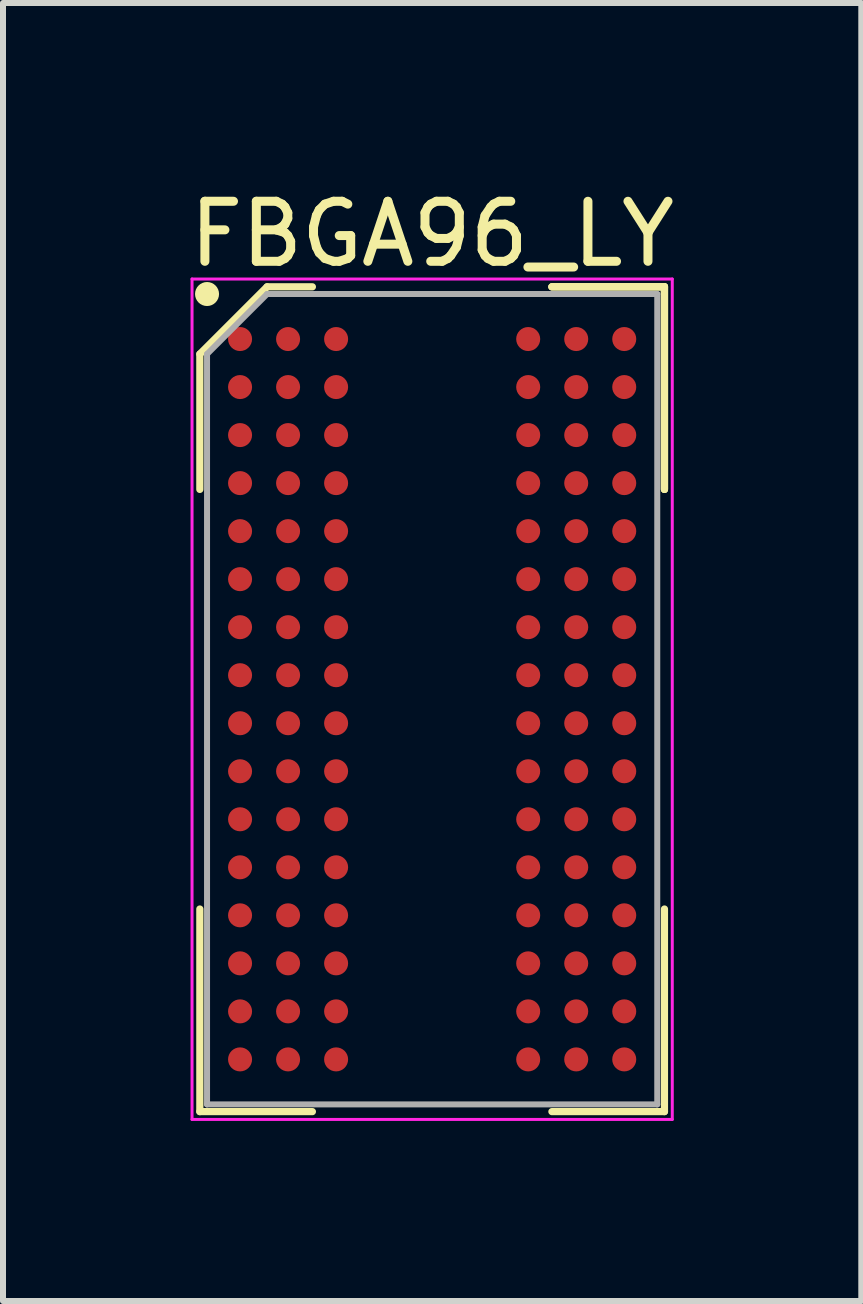
<source format=kicad_pcb>
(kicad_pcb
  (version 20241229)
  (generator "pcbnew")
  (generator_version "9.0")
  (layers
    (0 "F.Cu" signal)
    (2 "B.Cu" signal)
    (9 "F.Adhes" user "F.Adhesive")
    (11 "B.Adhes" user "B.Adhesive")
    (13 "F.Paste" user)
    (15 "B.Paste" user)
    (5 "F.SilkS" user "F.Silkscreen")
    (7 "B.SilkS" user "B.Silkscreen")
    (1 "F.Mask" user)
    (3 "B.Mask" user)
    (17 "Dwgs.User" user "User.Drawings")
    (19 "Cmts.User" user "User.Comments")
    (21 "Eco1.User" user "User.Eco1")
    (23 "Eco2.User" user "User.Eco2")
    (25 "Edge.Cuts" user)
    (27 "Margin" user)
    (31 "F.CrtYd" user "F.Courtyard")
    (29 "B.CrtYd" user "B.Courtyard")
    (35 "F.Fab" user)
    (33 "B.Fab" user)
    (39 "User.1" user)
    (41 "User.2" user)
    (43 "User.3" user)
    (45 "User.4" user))
  (footprint "FBGA96_LY"
    (layer "F.Cu")
    (at 4.149 8.598)
    (property "Reference" "FBGA96_LY" (at 0 -7.75 0) (layer "F.SilkS") (effects (font (size 1 1) (thickness 0.15))))
    (attr smd)
    (fp_line (start -3.87 -5.75) (end -3.87 -3.495) (stroke (width 0.12) (type solid)) (layer "F.SilkS"))
    (fp_line (start -3.87 6.87) (end -3.87 3.495) (stroke (width 0.12) (type solid)) (layer "F.SilkS"))
    (fp_line (start -2.75 -6.87) (end -3.87 -5.75) (stroke (width 0.12) (type solid)) (layer "F.SilkS"))
    (fp_line (start -1.995 -6.87) (end -2.75 -6.87) (stroke (width 0.12) (type solid)) (layer "F.SilkS"))
    (fp_line (start -1.995 6.87) (end -3.87 6.87) (stroke (width 0.12) (type solid)) (layer "F.SilkS"))
    (fp_line (start 1.995 -6.87) (end 3.87 -6.87) (stroke (width 0.12) (type solid)) (layer "F.SilkS"))
    (fp_line (start 1.995 -6.87) (end 3.87 -6.87) (stroke (width 0.12) (type solid)) (layer "F.SilkS"))
    (fp_line (start 1.995 -6.87) (end 3.87 -6.87) (stroke (width 0.12) (type solid)) (layer "F.SilkS"))
    (fp_line (start 1.995 6.87) (end 3.87 6.87) (stroke (width 0.12) (type solid)) (layer "F.SilkS"))
    (fp_line (start 3.87 -6.87) (end 3.87 -3.495) (stroke (width 0.12) (type solid)) (layer "F.SilkS"))
    (fp_line (start 3.87 -6.87) (end 3.87 -3.495) (stroke (width 0.12) (type solid)) (layer "F.SilkS"))
    (fp_line (start 3.87 -6.87) (end 3.87 -3.495) (stroke (width 0.12) (type solid)) (layer "F.SilkS"))
    (fp_line (start 3.87 6.87) (end 3.87 3.495) (stroke (width 0.12) (type solid)) (layer "F.SilkS"))
    (fp_circle (center -3.75 -6.75) (end -3.75 -6.65) (stroke (width 0.2) (type solid)) (fill no) (layer "F.SilkS"))
    (fp_line (start -4 -7) (end 4 -7) (stroke (width 0.05) (type solid)) (layer "F.CrtYd"))
    (fp_line (start -4 7) (end -4 -7) (stroke (width 0.05) (type solid)) (layer "F.CrtYd"))
    (fp_line (start 4 -7) (end 4 7) (stroke (width 0.05) (type solid)) (layer "F.CrtYd"))
    (fp_line (start 4 7) (end -4 7) (stroke (width 0.05) (type solid)) (layer "F.CrtYd"))
    (fp_line (start -3.75 -5.75) (end -3.75 6.75) (stroke (width 0.1) (type solid)) (layer "F.Fab"))
    (fp_line (start -3.75 6.75) (end 3.75 6.75) (stroke (width 0.1) (type solid)) (layer "F.Fab"))
    (fp_line (start -2.75 -6.75) (end -3.75 -5.75) (stroke (width 0.1) (type solid)) (layer "F.Fab"))
    (fp_line (start 3.75 -6.75) (end -2.75 -6.75) (stroke (width 0.1) (type solid)) (layer "F.Fab"))
    (fp_line (start 3.75 6.75) (end 3.75 -6.75) (stroke (width 0.1) (type solid)) (layer "F.Fab"))
    (pad "A1" smd circle (at -3.2 -6) (size 0.4 0.4) (layers "F.Cu" "F.Mask" "F.Paste"))
    (pad "A2" smd circle (at -2.4 -6) (size 0.4 0.4) (layers "F.Cu" "F.Mask" "F.Paste"))
    (pad "A3" smd circle (at -1.6 -6) (size 0.4 0.4) (layers "F.Cu" "F.Mask" "F.Paste"))
    (pad "A7" smd circle (at 1.6 -6) (size 0.4 0.4) (layers "F.Cu" "F.Mask" "F.Paste"))
    (pad "A8" smd circle (at 2.4 -6) (size 0.4 0.4) (layers "F.Cu" "F.Mask" "F.Paste"))
    (pad "A9" smd circle (at 3.2 -6) (size 0.4 0.4) (layers "F.Cu" "F.Mask" "F.Paste"))
    (pad "B1" smd circle (at -3.2 -5.2) (size 0.4 0.4) (layers "F.Cu" "F.Mask" "F.Paste"))
    (pad "B2" smd circle (at -2.4 -5.2) (size 0.4 0.4) (layers "F.Cu" "F.Mask" "F.Paste"))
    (pad "B3" smd circle (at -1.6 -5.2) (size 0.4 0.4) (layers "F.Cu" "F.Mask" "F.Paste"))
    (pad "B7" smd circle (at 1.6 -5.2) (size 0.4 0.4) (layers "F.Cu" "F.Mask" "F.Paste"))
    (pad "B8" smd circle (at 2.4 -5.2) (size 0.4 0.4) (layers "F.Cu" "F.Mask" "F.Paste"))
    (pad "B9" smd circle (at 3.2 -5.2) (size 0.4 0.4) (layers "F.Cu" "F.Mask" "F.Paste"))
    (pad "C1" smd circle (at -3.2 -4.4) (size 0.4 0.4) (layers "F.Cu" "F.Mask" "F.Paste"))
    (pad "C2" smd circle (at -2.4 -4.4) (size 0.4 0.4) (layers "F.Cu" "F.Mask" "F.Paste"))
    (pad "C3" smd circle (at -1.6 -4.4) (size 0.4 0.4) (layers "F.Cu" "F.Mask" "F.Paste"))
    (pad "C7" smd circle (at 1.6 -4.4) (size 0.4 0.4) (layers "F.Cu" "F.Mask" "F.Paste"))
    (pad "C8" smd circle (at 2.4 -4.4) (size 0.4 0.4) (layers "F.Cu" "F.Mask" "F.Paste"))
    (pad "C9" smd circle (at 3.2 -4.4) (size 0.4 0.4) (layers "F.Cu" "F.Mask" "F.Paste"))
    (pad "D1" smd circle (at -3.2 -3.6) (size 0.4 0.4) (layers "F.Cu" "F.Mask" "F.Paste"))
    (pad "D2" smd circle (at -2.4 -3.6) (size 0.4 0.4) (layers "F.Cu" "F.Mask" "F.Paste"))
    (pad "D3" smd circle (at -1.6 -3.6) (size 0.4 0.4) (layers "F.Cu" "F.Mask" "F.Paste"))
    (pad "D7" smd circle (at 1.6 -3.6) (size 0.4 0.4) (layers "F.Cu" "F.Mask" "F.Paste"))
    (pad "D8" smd circle (at 2.4 -3.6) (size 0.4 0.4) (layers "F.Cu" "F.Mask" "F.Paste"))
    (pad "D9" smd circle (at 3.2 -3.6) (size 0.4 0.4) (layers "F.Cu" "F.Mask" "F.Paste"))
    (pad "E1" smd circle (at -3.2 -2.8) (size 0.4 0.4) (layers "F.Cu" "F.Mask" "F.Paste"))
    (pad "E2" smd circle (at -2.4 -2.8) (size 0.4 0.4) (layers "F.Cu" "F.Mask" "F.Paste"))
    (pad "E3" smd circle (at -1.6 -2.8) (size 0.4 0.4) (layers "F.Cu" "F.Mask" "F.Paste"))
    (pad "E7" smd circle (at 1.6 -2.8) (size 0.4 0.4) (layers "F.Cu" "F.Mask" "F.Paste"))
    (pad "E8" smd circle (at 2.4 -2.8) (size 0.4 0.4) (layers "F.Cu" "F.Mask" "F.Paste"))
    (pad "E9" smd circle (at 3.2 -2.8) (size 0.4 0.4) (layers "F.Cu" "F.Mask" "F.Paste"))
    (pad "F1" smd circle (at -3.2 -2) (size 0.4 0.4) (layers "F.Cu" "F.Mask" "F.Paste"))
    (pad "F2" smd circle (at -2.4 -2) (size 0.4 0.4) (layers "F.Cu" "F.Mask" "F.Paste"))
    (pad "F3" smd circle (at -1.6 -2) (size 0.4 0.4) (layers "F.Cu" "F.Mask" "F.Paste"))
    (pad "F7" smd circle (at 1.6 -2) (size 0.4 0.4) (layers "F.Cu" "F.Mask" "F.Paste"))
    (pad "F8" smd circle (at 2.4 -2) (size 0.4 0.4) (layers "F.Cu" "F.Mask" "F.Paste"))
    (pad "F9" smd circle (at 3.2 -2) (size 0.4 0.4) (layers "F.Cu" "F.Mask" "F.Paste"))
    (pad "G1" smd circle (at -3.2 -1.2) (size 0.4 0.4) (layers "F.Cu" "F.Mask" "F.Paste"))
    (pad "G2" smd circle (at -2.4 -1.2) (size 0.4 0.4) (layers "F.Cu" "F.Mask" "F.Paste"))
    (pad "G3" smd circle (at -1.6 -1.2) (size 0.4 0.4) (layers "F.Cu" "F.Mask" "F.Paste"))
    (pad "G7" smd circle (at 1.6 -1.2) (size 0.4 0.4) (layers "F.Cu" "F.Mask" "F.Paste"))
    (pad "G8" smd circle (at 2.4 -1.2) (size 0.4 0.4) (layers "F.Cu" "F.Mask" "F.Paste"))
    (pad "G9" smd circle (at 3.2 -1.2) (size 0.4 0.4) (layers "F.Cu" "F.Mask" "F.Paste"))
    (pad "H1" smd circle (at -3.2 -0.4) (size 0.4 0.4) (layers "F.Cu" "F.Mask" "F.Paste"))
    (pad "H2" smd circle (at -2.4 -0.4) (size 0.4 0.4) (layers "F.Cu" "F.Mask" "F.Paste"))
    (pad "H3" smd circle (at -1.6 -0.4) (size 0.4 0.4) (layers "F.Cu" "F.Mask" "F.Paste"))
    (pad "H7" smd circle (at 1.6 -0.4) (size 0.4 0.4) (layers "F.Cu" "F.Mask" "F.Paste"))
    (pad "H8" smd circle (at 2.4 -0.4) (size 0.4 0.4) (layers "F.Cu" "F.Mask" "F.Paste"))
    (pad "H9" smd circle (at 3.2 -0.4) (size 0.4 0.4) (layers "F.Cu" "F.Mask" "F.Paste"))
    (pad "J1" smd circle (at -3.2 0.4) (size 0.4 0.4) (layers "F.Cu" "F.Mask" "F.Paste"))
    (pad "J2" smd circle (at -2.4 0.4) (size 0.4 0.4) (layers "F.Cu" "F.Mask" "F.Paste"))
    (pad "J3" smd circle (at -1.6 0.4) (size 0.4 0.4) (layers "F.Cu" "F.Mask" "F.Paste"))
    (pad "J7" smd circle (at 1.6 0.4) (size 0.4 0.4) (layers "F.Cu" "F.Mask" "F.Paste"))
    (pad "J8" smd circle (at 2.4 0.4) (size 0.4 0.4) (layers "F.Cu" "F.Mask" "F.Paste"))
    (pad "J9" smd circle (at 3.2 0.4) (size 0.4 0.4) (layers "F.Cu" "F.Mask" "F.Paste"))
    (pad "K1" smd circle (at -3.2 1.2) (size 0.4 0.4) (layers "F.Cu" "F.Mask" "F.Paste"))
    (pad "K2" smd circle (at -2.4 1.2) (size 0.4 0.4) (layers "F.Cu" "F.Mask" "F.Paste"))
    (pad "K3" smd circle (at -1.6 1.2) (size 0.4 0.4) (layers "F.Cu" "F.Mask" "F.Paste"))
    (pad "K7" smd circle (at 1.6 1.2) (size 0.4 0.4) (layers "F.Cu" "F.Mask" "F.Paste"))
    (pad "K8" smd circle (at 2.4 1.2) (size 0.4 0.4) (layers "F.Cu" "F.Mask" "F.Paste"))
    (pad "K9" smd circle (at 3.2 1.2) (size 0.4 0.4) (layers "F.Cu" "F.Mask" "F.Paste"))
    (pad "L1" smd circle (at -3.2 2) (size 0.4 0.4) (layers "F.Cu" "F.Mask" "F.Paste"))
    (pad "L2" smd circle (at -2.4 2) (size 0.4 0.4) (layers "F.Cu" "F.Mask" "F.Paste"))
    (pad "L3" smd circle (at -1.6 2) (size 0.4 0.4) (layers "F.Cu" "F.Mask" "F.Paste"))
    (pad "L7" smd circle (at 1.6 2) (size 0.4 0.4) (layers "F.Cu" "F.Mask" "F.Paste"))
    (pad "L8" smd circle (at 2.4 2) (size 0.4 0.4) (layers "F.Cu" "F.Mask" "F.Paste"))
    (pad "L9" smd circle (at 3.2 2) (size 0.4 0.4) (layers "F.Cu" "F.Mask" "F.Paste"))
    (pad "M1" smd circle (at -3.2 2.8) (size 0.4 0.4) (layers "F.Cu" "F.Mask" "F.Paste"))
    (pad "M2" smd circle (at -2.4 2.8) (size 0.4 0.4) (layers "F.Cu" "F.Mask" "F.Paste"))
    (pad "M3" smd circle (at -1.6 2.8) (size 0.4 0.4) (layers "F.Cu" "F.Mask" "F.Paste"))
    (pad "M7" smd circle (at 1.6 2.8) (size 0.4 0.4) (layers "F.Cu" "F.Mask" "F.Paste"))
    (pad "M8" smd circle (at 2.4 2.8) (size 0.4 0.4) (layers "F.Cu" "F.Mask" "F.Paste"))
    (pad "M9" smd circle (at 3.2 2.8) (size 0.4 0.4) (layers "F.Cu" "F.Mask" "F.Paste"))
    (pad "N1" smd circle (at -3.2 3.6) (size 0.4 0.4) (layers "F.Cu" "F.Mask" "F.Paste"))
    (pad "N2" smd circle (at -2.4 3.6) (size 0.4 0.4) (layers "F.Cu" "F.Mask" "F.Paste"))
    (pad "N3" smd circle (at -1.6 3.6) (size 0.4 0.4) (layers "F.Cu" "F.Mask" "F.Paste"))
    (pad "N7" smd circle (at 1.6 3.6) (size 0.4 0.4) (layers "F.Cu" "F.Mask" "F.Paste"))
    (pad "N8" smd circle (at 2.4 3.6) (size 0.4 0.4) (layers "F.Cu" "F.Mask" "F.Paste"))
    (pad "N9" smd circle (at 3.2 3.6) (size 0.4 0.4) (layers "F.Cu" "F.Mask" "F.Paste"))
    (pad "P1" smd circle (at -3.2 4.4) (size 0.4 0.4) (layers "F.Cu" "F.Mask" "F.Paste"))
    (pad "P2" smd circle (at -2.4 4.4) (size 0.4 0.4) (layers "F.Cu" "F.Mask" "F.Paste"))
    (pad "P3" smd circle (at -1.6 4.4) (size 0.4 0.4) (layers "F.Cu" "F.Mask" "F.Paste"))
    (pad "P7" smd circle (at 1.6 4.4) (size 0.4 0.4) (layers "F.Cu" "F.Mask" "F.Paste"))
    (pad "P8" smd circle (at 2.4 4.4) (size 0.4 0.4) (layers "F.Cu" "F.Mask" "F.Paste"))
    (pad "P9" smd circle (at 3.2 4.4) (size 0.4 0.4) (layers "F.Cu" "F.Mask" "F.Paste"))
    (pad "R1" smd circle (at -3.2 5.2) (size 0.4 0.4) (layers "F.Cu" "F.Mask" "F.Paste"))
    (pad "R2" smd circle (at -2.4 5.2) (size 0.4 0.4) (layers "F.Cu" "F.Mask" "F.Paste"))
    (pad "R3" smd circle (at -1.6 5.2) (size 0.4 0.4) (layers "F.Cu" "F.Mask" "F.Paste"))
    (pad "R7" smd circle (at 1.6 5.2) (size 0.4 0.4) (layers "F.Cu" "F.Mask" "F.Paste"))
    (pad "R8" smd circle (at 2.4 5.2) (size 0.4 0.4) (layers "F.Cu" "F.Mask" "F.Paste"))
    (pad "R9" smd circle (at 3.2 5.2) (size 0.4 0.4) (layers "F.Cu" "F.Mask" "F.Paste"))
    (pad "T1" smd circle (at -3.2 6) (size 0.4 0.4) (layers "F.Cu" "F.Mask" "F.Paste"))
    (pad "T2" smd circle (at -2.4 6) (size 0.4 0.4) (layers "F.Cu" "F.Mask" "F.Paste"))
    (pad "T3" smd circle (at -1.6 6) (size 0.4 0.4) (layers "F.Cu" "F.Mask" "F.Paste"))
    (pad "T7" smd circle (at 1.6 6) (size 0.4 0.4) (layers "F.Cu" "F.Mask" "F.Paste"))
    (pad "T8" smd circle (at 2.4 6) (size 0.4 0.4) (layers "F.Cu" "F.Mask" "F.Paste"))
    (pad "T9" smd circle (at 3.2 6) (size 0.4 0.4) (layers "F.Cu" "F.Mask" "F.Paste")))
  (gr_rect
    (start -3 -3)
    (end 11.298 18.623)
    (stroke (width 0.1) (type default))
    (fill no)
    (layer "Edge.Cuts")))
</source>
